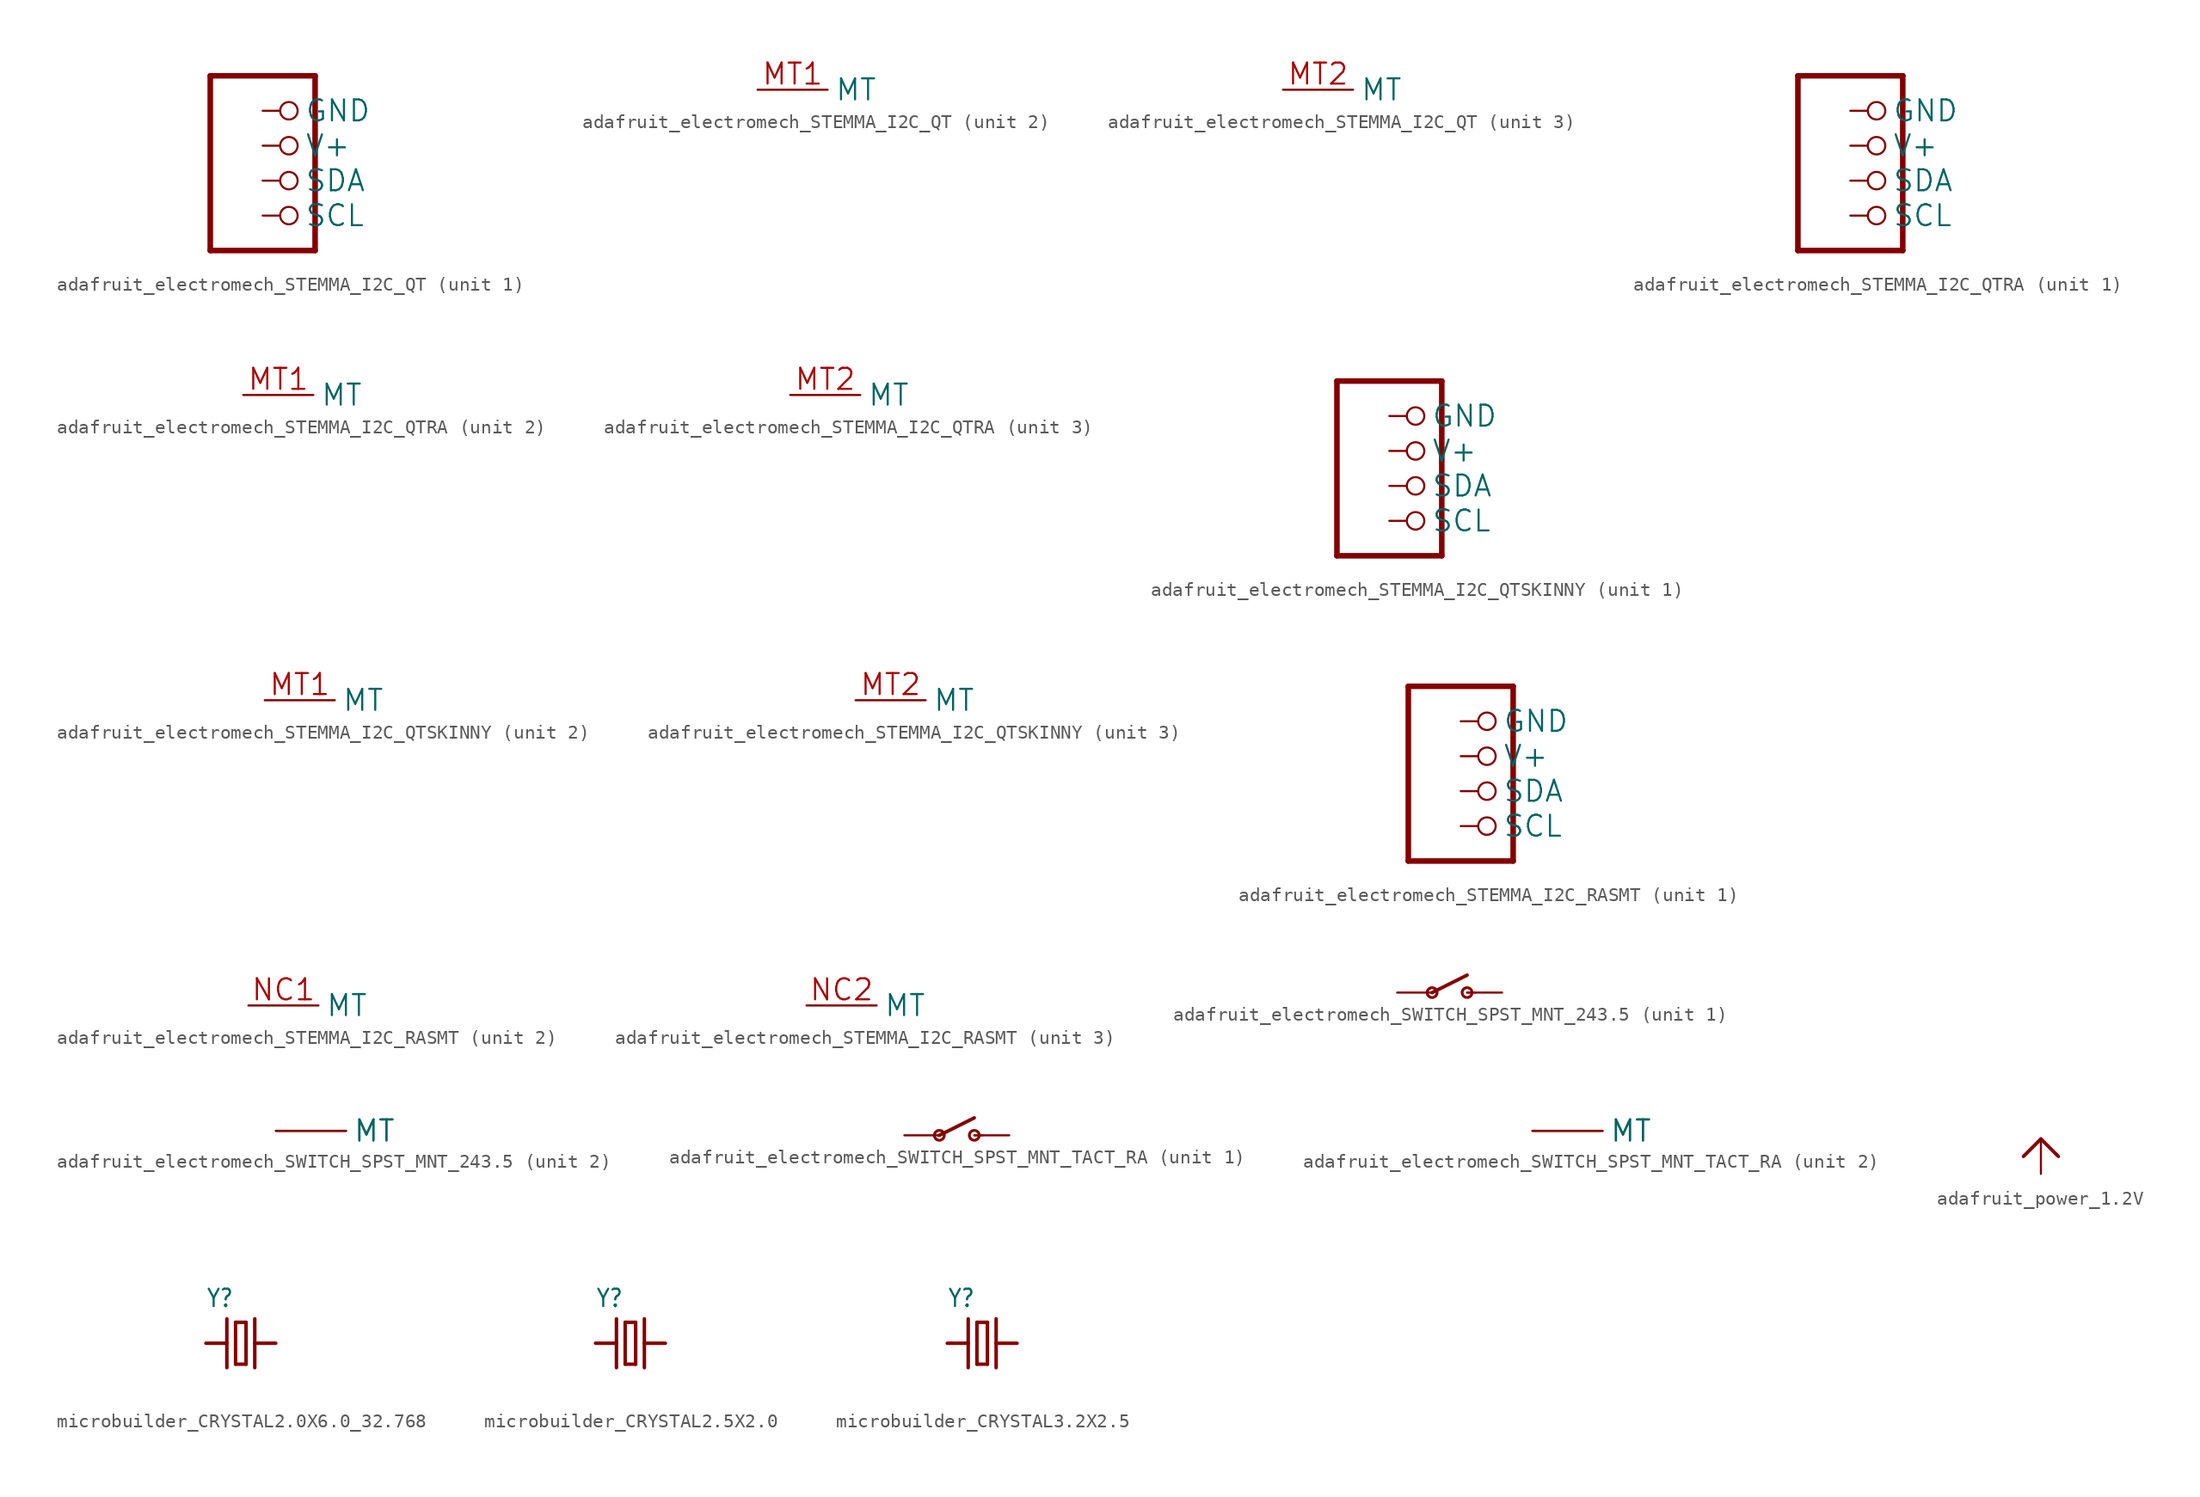
<source format=kicad_sym>
(kicad_symbol_lib
  (version 20241209)
  (generator "kicad_symbol_editor")
  (generator_version "9.0")
  (symbol "adafruit_electromech_STEMMA_I2C_QT"
    (property "Reference" "CONN"
      (at -3.81 8.255 0)
      (effects (font (size 1.778 1.511)) (justify left bottom) (hide yes)))
    (property "ki_locked" ""
      (at 0 0 0)
      (effects (font (size 1.27 1.27))))
    (symbol "adafruit_electromech_STEMMA_I2C_QT_1_0"
      (polyline (pts (xy -3.81 7.62) (xy -3.81 -5.08)) (stroke (width 0.406) (type solid)) (fill (type none)))
      (polyline (pts (xy -3.81 -5.08) (xy 3.81 -5.08)) (stroke (width 0.406) (type solid)) (fill (type none)))
      (polyline (pts (xy 3.81 7.62) (xy -3.81 7.62)) (stroke (width 0.406) (type solid)) (fill (type none)))
      (polyline (pts (xy 3.81 -5.08) (xy 3.81 7.62)) (stroke (width 0.406) (type solid)) (fill (type none)))
      (pin passive inverted (at 0 5.08 0) (length 2.54) (name "GND" (effects (font (size 1.524 1.524)))) (number "1" (effects (font (size 0 0)))))
      (pin passive inverted (at 0 2.54 0) (length 2.54) (name "V+" (effects (font (size 1.524 1.524)))) (number "2" (effects (font (size 0 0)))))
      (pin passive inverted (at 0 0 0) (length 2.54) (name "SDA" (effects (font (size 1.524 1.524)))) (number "3" (effects (font (size 0 0)))))
      (pin passive inverted (at 0 -2.54 0) (length 2.54) (name "SCL" (effects (font (size 1.524 1.524)))) (number "4" (effects (font (size 0 0))))))
    (symbol "adafruit_electromech_STEMMA_I2C_QT_2_0"
      (pin bidirectional line (at 0 0 0) (length 5.08) (name "MT" (effects (font (size 1.524 1.524)))) (number "MT1" (effects (font (size 1.524 1.524))))))
    (symbol "adafruit_electromech_STEMMA_I2C_QT_3_0"
      (pin bidirectional line (at 0 0 0) (length 5.08) (name "MT" (effects (font (size 1.524 1.524)))) (number "MT2" (effects (font (size 1.524 1.524)))))))
  (symbol "adafruit_electromech_STEMMA_I2C_QTRA"
    (property "Reference" "CONN"
      (at -3.81 8.255 0)
      (effects (font (size 1.778 1.511)) (justify left bottom) (hide yes)))
    (property "ki_locked" ""
      (at 0 0 0)
      (effects (font (size 1.27 1.27))))
    (symbol "adafruit_electromech_STEMMA_I2C_QTRA_1_0"
      (polyline (pts (xy -3.81 7.62) (xy -3.81 -5.08)) (stroke (width 0.406) (type solid)) (fill (type none)))
      (polyline (pts (xy -3.81 -5.08) (xy 3.81 -5.08)) (stroke (width 0.406) (type solid)) (fill (type none)))
      (polyline (pts (xy 3.81 7.62) (xy -3.81 7.62)) (stroke (width 0.406) (type solid)) (fill (type none)))
      (polyline (pts (xy 3.81 -5.08) (xy 3.81 7.62)) (stroke (width 0.406) (type solid)) (fill (type none)))
      (pin passive inverted (at 0 5.08 0) (length 2.54) (name "GND" (effects (font (size 1.524 1.524)))) (number "1" (effects (font (size 0 0)))))
      (pin passive inverted (at 0 2.54 0) (length 2.54) (name "V+" (effects (font (size 1.524 1.524)))) (number "2" (effects (font (size 0 0)))))
      (pin passive inverted (at 0 0 0) (length 2.54) (name "SDA" (effects (font (size 1.524 1.524)))) (number "3" (effects (font (size 0 0)))))
      (pin passive inverted (at 0 -2.54 0) (length 2.54) (name "SCL" (effects (font (size 1.524 1.524)))) (number "4" (effects (font (size 0 0))))))
    (symbol "adafruit_electromech_STEMMA_I2C_QTRA_2_0"
      (pin bidirectional line (at 0 0 0) (length 5.08) (name "MT" (effects (font (size 1.524 1.524)))) (number "MT1" (effects (font (size 1.524 1.524))))))
    (symbol "adafruit_electromech_STEMMA_I2C_QTRA_3_0"
      (pin bidirectional line (at 0 0 0) (length 5.08) (name "MT" (effects (font (size 1.524 1.524)))) (number "MT2" (effects (font (size 1.524 1.524)))))))
  (symbol "adafruit_electromech_STEMMA_I2C_QTSKINNY"
    (property "Reference" "CONN"
      (at -3.81 8.255 0)
      (effects (font (size 1.778 1.511)) (justify left bottom) (hide yes)))
    (property "ki_locked" ""
      (at 0 0 0)
      (effects (font (size 1.27 1.27))))
    (symbol "adafruit_electromech_STEMMA_I2C_QTSKINNY_1_0"
      (polyline (pts (xy -3.81 7.62) (xy -3.81 -5.08)) (stroke (width 0.406) (type solid)) (fill (type none)))
      (polyline (pts (xy -3.81 -5.08) (xy 3.81 -5.08)) (stroke (width 0.406) (type solid)) (fill (type none)))
      (polyline (pts (xy 3.81 7.62) (xy -3.81 7.62)) (stroke (width 0.406) (type solid)) (fill (type none)))
      (polyline (pts (xy 3.81 -5.08) (xy 3.81 7.62)) (stroke (width 0.406) (type solid)) (fill (type none)))
      (pin passive inverted (at 0 5.08 0) (length 2.54) (name "GND" (effects (font (size 1.524 1.524)))) (number "1" (effects (font (size 0 0)))))
      (pin passive inverted (at 0 2.54 0) (length 2.54) (name "V+" (effects (font (size 1.524 1.524)))) (number "2" (effects (font (size 0 0)))))
      (pin passive inverted (at 0 0 0) (length 2.54) (name "SDA" (effects (font (size 1.524 1.524)))) (number "3" (effects (font (size 0 0)))))
      (pin passive inverted (at 0 -2.54 0) (length 2.54) (name "SCL" (effects (font (size 1.524 1.524)))) (number "4" (effects (font (size 0 0))))))
    (symbol "adafruit_electromech_STEMMA_I2C_QTSKINNY_2_0"
      (pin bidirectional line (at 0 0 0) (length 5.08) (name "MT" (effects (font (size 1.524 1.524)))) (number "MT1" (effects (font (size 1.524 1.524))))))
    (symbol "adafruit_electromech_STEMMA_I2C_QTSKINNY_3_0"
      (pin bidirectional line (at 0 0 0) (length 5.08) (name "MT" (effects (font (size 1.524 1.524)))) (number "MT2" (effects (font (size 1.524 1.524)))))))
  (symbol "adafruit_electromech_STEMMA_I2C_RASMT"
    (property "Reference" "CONN"
      (at -3.81 8.255 0)
      (effects (font (size 1.778 1.511)) (justify left bottom) (hide yes)))
    (property "ki_locked" ""
      (at 0 0 0)
      (effects (font (size 1.27 1.27))))
    (symbol "adafruit_electromech_STEMMA_I2C_RASMT_1_0"
      (polyline (pts (xy -3.81 7.62) (xy -3.81 -5.08)) (stroke (width 0.406) (type solid)) (fill (type none)))
      (polyline (pts (xy -3.81 -5.08) (xy 3.81 -5.08)) (stroke (width 0.406) (type solid)) (fill (type none)))
      (polyline (pts (xy 3.81 7.62) (xy -3.81 7.62)) (stroke (width 0.406) (type solid)) (fill (type none)))
      (polyline (pts (xy 3.81 -5.08) (xy 3.81 7.62)) (stroke (width 0.406) (type solid)) (fill (type none)))
      (pin passive inverted (at 0 5.08 0) (length 2.54) (name "GND" (effects (font (size 1.524 1.524)))) (number "1" (effects (font (size 0 0)))))
      (pin passive inverted (at 0 2.54 0) (length 2.54) (name "V+" (effects (font (size 1.524 1.524)))) (number "2" (effects (font (size 0 0)))))
      (pin passive inverted (at 0 0 0) (length 2.54) (name "SDA" (effects (font (size 1.524 1.524)))) (number "3" (effects (font (size 0 0)))))
      (pin passive inverted (at 0 -2.54 0) (length 2.54) (name "SCL" (effects (font (size 1.524 1.524)))) (number "4" (effects (font (size 0 0))))))
    (symbol "adafruit_electromech_STEMMA_I2C_RASMT_2_0"
      (pin bidirectional line (at 0 0 0) (length 5.08) (name "MT" (effects (font (size 1.524 1.524)))) (number "NC1" (effects (font (size 1.524 1.524))))))
    (symbol "adafruit_electromech_STEMMA_I2C_RASMT_3_0"
      (pin bidirectional line (at 0 0 0) (length 5.08) (name "MT" (effects (font (size 1.524 1.524)))) (number "NC2" (effects (font (size 1.524 1.524)))))))
  (symbol "adafruit_electromech_SWITCH_SPST_MNT_243.5"
    (property "Reference" "SW"
      (at -4.445 -6.35 0)
      (effects (font (size 1.27 1.079)) (justify left bottom) (hide yes)))
    (property "ki_locked" ""
      (at 0 0 0)
      (effects (font (size 1.27 1.27))))
    (symbol "adafruit_electromech_SWITCH_SPST_MNT_243.5_1_0"
      (circle (center -2.54 0) (radius 0.359) (stroke (width 0.203) (type solid)) (fill (type none)))
      (polyline (pts (xy -2.54 0) (xy 0 1.27)) (stroke (width 0.254) (type solid)) (fill (type none)))
      (polyline (pts (xy 0 0) (xy 0.635 0)) (stroke (width 0.127) (type solid)) (fill (type none)))
      (circle (center 0 0) (radius 0.359) (stroke (width 0.203) (type solid)) (fill (type none)))
      (pin passive line (at -5.08 0 0) (length 2.54) (name "P" (effects (font (size 0 0)))) (number "1" (effects (font (size 0 0)))))
      (pin passive line (at 2.54 0 180) (length 2.54) (name "S" (effects (font (size 0 0)))) (number "2" (effects (font (size 0 0))))))
    (symbol "adafruit_electromech_SWITCH_SPST_MNT_243.5_2_0"
      (pin bidirectional line (at 0 0 0) (length 5.08) (name "MT" (effects (font (size 1.524 1.524)))) (number "MT1" (effects (font (size 0 0)))))
      (pin bidirectional line (at 0 0 0) (length 5.08) (name "MT" (effects (font (size 1.524 1.524)))) (number "MT2" (effects (font (size 0 0)))))))
  (symbol "adafruit_electromech_SWITCH_SPST_MNT_TACT_RA"
    (property "Reference" "SW"
      (at -4.445 -6.35 0)
      (effects (font (size 1.27 1.079)) (justify left bottom) (hide yes)))
    (property "ki_locked" ""
      (at 0 0 0)
      (effects (font (size 1.27 1.27))))
    (symbol "adafruit_electromech_SWITCH_SPST_MNT_TACT_RA_1_0"
      (circle (center -2.54 0) (radius 0.359) (stroke (width 0.203) (type solid)) (fill (type none)))
      (polyline (pts (xy -2.54 0) (xy 0 1.27)) (stroke (width 0.254) (type solid)) (fill (type none)))
      (polyline (pts (xy 0 0) (xy 0.635 0)) (stroke (width 0.127) (type solid)) (fill (type none)))
      (circle (center 0 0) (radius 0.359) (stroke (width 0.203) (type solid)) (fill (type none)))
      (pin passive line (at -5.08 0 0) (length 2.54) (name "P" (effects (font (size 0 0)))) (number "1" (effects (font (size 0 0)))))
      (pin passive line (at 2.54 0 180) (length 2.54) (name "S" (effects (font (size 0 0)))) (number "2" (effects (font (size 0 0))))))
    (symbol "adafruit_electromech_SWITCH_SPST_MNT_TACT_RA_2_0"
      (pin bidirectional line (at 0 0 0) (length 5.08) (name "MT" (effects (font (size 1.524 1.524)))) (number "MT1" (effects (font (size 0 0)))))
      (pin bidirectional line (at 0 0 0) (length 5.08) (name "MT" (effects (font (size 1.524 1.524)))) (number "MT2" (effects (font (size 0 0)))))))
  (symbol "adafruit_power_1.2V"
    (power)
    (property "Reference" ""
      (at 0 0 0)
      (effects (font (size 1.27 1.27)) (hide yes)))
    (property "Value" ""
      (at -1.524 1.016 0)
      (effects (font (size 1.27 1.079)) (justify left bottom)))
    (property "ki_locked" ""
      (at 0 0 0)
      (effects (font (size 1.27 1.27))))
    (symbol "adafruit_power_1.2V_1_0"
      (polyline (pts (xy -1.27 -1.27) (xy 0 0)) (stroke (width 0.254) (type solid)) (fill (type none)))
      (polyline (pts (xy 0 0) (xy 1.27 -1.27)) (stroke (width 0.254) (type solid)) (fill (type none)))
      (pin power_in line (at 0 -2.54 90) (length 2.54) (name "1.2V" (effects (font (size 0 0)))) (number "1" (effects (font (size 0 0)))))))
  (symbol "microbuilder_CRYSTAL2.0X6.0_32.768"
    (property "Reference" "Y"
      (at -2.54 2.54 0)
      (effects (font (size 1.27 1.079)) (justify left bottom)))
    (property "Value" ""
      (at -2.54 -3.81 0)
      (effects (font (size 1.27 1.079)) (justify left bottom)))
    (property "ki_locked" ""
      (at 0 0 0)
      (effects (font (size 1.27 1.27))))
    (symbol "microbuilder_CRYSTAL2.0X6.0_32.768_1_0"
      (polyline (pts (xy -2.54 0) (xy -1.016 0)) (stroke (width 0.254) (type solid)) (fill (type none)))
      (polyline (pts (xy -1.016 1.778) (xy -1.016 0)) (stroke (width 0.254) (type solid)) (fill (type none)))
      (polyline (pts (xy -1.016 0) (xy -1.016 -1.778)) (stroke (width 0.254) (type solid)) (fill (type none)))
      (polyline (pts (xy -0.381 1.524) (xy -0.381 -1.524)) (stroke (width 0.254) (type solid)) (fill (type none)))
      (polyline (pts (xy -0.381 -1.524) (xy 0.381 -1.524)) (stroke (width 0.254) (type solid)) (fill (type none)))
      (polyline (pts (xy 0.381 1.524) (xy -0.381 1.524)) (stroke (width 0.254) (type solid)) (fill (type none)))
      (polyline (pts (xy 0.381 -1.524) (xy 0.381 1.524)) (stroke (width 0.254) (type solid)) (fill (type none)))
      (polyline (pts (xy 1.016 1.778) (xy 1.016 0)) (stroke (width 0.254) (type solid)) (fill (type none)))
      (polyline (pts (xy 1.016 0) (xy 1.016 -1.778)) (stroke (width 0.254) (type solid)) (fill (type none)))
      (polyline (pts (xy 2.54 0) (xy 1.016 0)) (stroke (width 0.254) (type solid)) (fill (type none)))
      (pin passive line (at -2.54 0 0) (length 0) (name "1" (effects (font (size 0 0)))) (number "1" (effects (font (size 0 0)))))
      (pin passive line (at 2.54 0 180) (length 0) (name "2" (effects (font (size 0 0)))) (number "2" (effects (font (size 0 0)))))))
  (symbol "microbuilder_CRYSTAL2.5X2.0"
    (property "Reference" "Y"
      (at -2.54 2.54 0)
      (effects (font (size 1.27 1.079)) (justify left bottom)))
    (property "Value" ""
      (at -2.54 -3.81 0)
      (effects (font (size 1.27 1.079)) (justify left bottom)))
    (property "ki_locked" ""
      (at 0 0 0)
      (effects (font (size 1.27 1.27))))
    (symbol "microbuilder_CRYSTAL2.5X2.0_1_0"
      (polyline (pts (xy -2.54 0) (xy -1.016 0)) (stroke (width 0.254) (type solid)) (fill (type none)))
      (polyline (pts (xy -1.016 1.778) (xy -1.016 0)) (stroke (width 0.254) (type solid)) (fill (type none)))
      (polyline (pts (xy -1.016 0) (xy -1.016 -1.778)) (stroke (width 0.254) (type solid)) (fill (type none)))
      (polyline (pts (xy -0.381 1.524) (xy -0.381 -1.524)) (stroke (width 0.254) (type solid)) (fill (type none)))
      (polyline (pts (xy -0.381 -1.524) (xy 0.381 -1.524)) (stroke (width 0.254) (type solid)) (fill (type none)))
      (polyline (pts (xy 0.381 1.524) (xy -0.381 1.524)) (stroke (width 0.254) (type solid)) (fill (type none)))
      (polyline (pts (xy 0.381 -1.524) (xy 0.381 1.524)) (stroke (width 0.254) (type solid)) (fill (type none)))
      (polyline (pts (xy 1.016 1.778) (xy 1.016 0)) (stroke (width 0.254) (type solid)) (fill (type none)))
      (polyline (pts (xy 1.016 0) (xy 1.016 -1.778)) (stroke (width 0.254) (type solid)) (fill (type none)))
      (polyline (pts (xy 2.54 0) (xy 1.016 0)) (stroke (width 0.254) (type solid)) (fill (type none)))
      (pin passive line (at -2.54 0 0) (length 0) (name "1" (effects (font (size 0 0)))) (number "1" (effects (font (size 0 0)))))
      (pin passive line (at 2.54 0 180) (length 0) (name "2" (effects (font (size 0 0)))) (number "3" (effects (font (size 0 0)))))))
  (symbol "microbuilder_CRYSTAL3.2X2.5"
    (property "Reference" "Y"
      (at -2.54 2.54 0)
      (effects (font (size 1.27 1.079)) (justify left bottom)))
    (property "Value" ""
      (at -2.54 -3.81 0)
      (effects (font (size 1.27 1.079)) (justify left bottom)))
    (property "ki_locked" ""
      (at 0 0 0)
      (effects (font (size 1.27 1.27))))
    (symbol "microbuilder_CRYSTAL3.2X2.5_1_0"
      (polyline (pts (xy -2.54 0) (xy -1.016 0)) (stroke (width 0.254) (type solid)) (fill (type none)))
      (polyline (pts (xy -1.016 1.778) (xy -1.016 0)) (stroke (width 0.254) (type solid)) (fill (type none)))
      (polyline (pts (xy -1.016 0) (xy -1.016 -1.778)) (stroke (width 0.254) (type solid)) (fill (type none)))
      (polyline (pts (xy -0.381 1.524) (xy -0.381 -1.524)) (stroke (width 0.254) (type solid)) (fill (type none)))
      (polyline (pts (xy -0.381 -1.524) (xy 0.381 -1.524)) (stroke (width 0.254) (type solid)) (fill (type none)))
      (polyline (pts (xy 0.381 1.524) (xy -0.381 1.524)) (stroke (width 0.254) (type solid)) (fill (type none)))
      (polyline (pts (xy 0.381 -1.524) (xy 0.381 1.524)) (stroke (width 0.254) (type solid)) (fill (type none)))
      (polyline (pts (xy 1.016 1.778) (xy 1.016 0)) (stroke (width 0.254) (type solid)) (fill (type none)))
      (polyline (pts (xy 1.016 0) (xy 1.016 -1.778)) (stroke (width 0.254) (type solid)) (fill (type none)))
      (polyline (pts (xy 2.54 0) (xy 1.016 0)) (stroke (width 0.254) (type solid)) (fill (type none)))
      (pin passive line (at -2.54 0 0) (length 0) (name "1" (effects (font (size 0 0)))) (number "1" (effects (font (size 0 0)))))
      (pin passive line (at 2.54 0 180) (length 0) (name "2" (effects (font (size 0 0)))) (number "2" (effects (font (size 0 0))))))))
</source>
